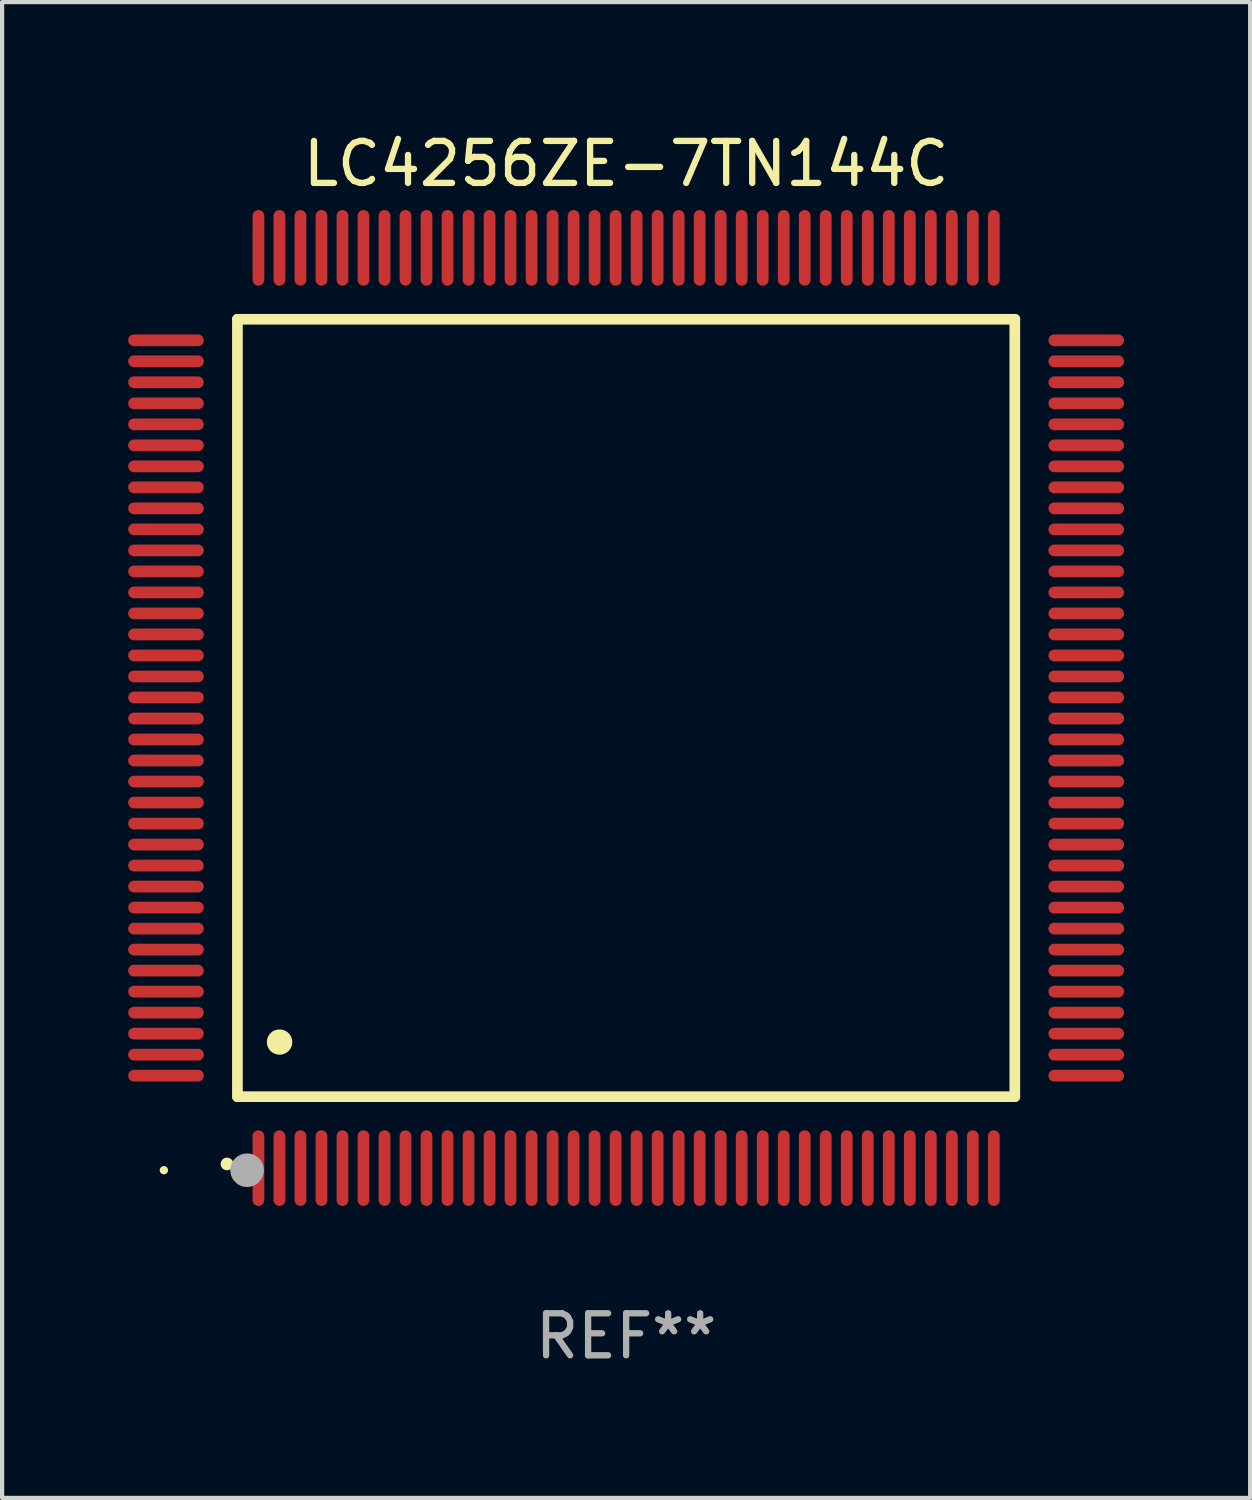
<source format=kicad_pcb>
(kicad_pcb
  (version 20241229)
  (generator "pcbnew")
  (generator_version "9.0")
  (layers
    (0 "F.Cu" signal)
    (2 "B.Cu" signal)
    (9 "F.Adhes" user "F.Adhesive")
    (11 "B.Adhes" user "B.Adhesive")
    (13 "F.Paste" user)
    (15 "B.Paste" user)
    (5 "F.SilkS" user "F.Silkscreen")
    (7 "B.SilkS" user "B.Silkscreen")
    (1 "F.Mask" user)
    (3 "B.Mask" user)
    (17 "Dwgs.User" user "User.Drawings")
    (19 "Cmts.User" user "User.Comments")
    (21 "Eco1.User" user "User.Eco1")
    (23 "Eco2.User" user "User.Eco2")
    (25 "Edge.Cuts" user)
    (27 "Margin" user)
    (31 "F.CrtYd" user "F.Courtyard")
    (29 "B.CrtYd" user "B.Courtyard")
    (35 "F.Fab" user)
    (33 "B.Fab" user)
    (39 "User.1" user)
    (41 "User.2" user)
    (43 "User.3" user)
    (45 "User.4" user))
  (footprint "LC4256ZE-7TN144C"
    (layer "F.Cu")
    (at 11.85 13.798)
    (property "Reference" "LC4256ZE-7TN144C" (at 0 -12.95 0) (layer "F.SilkS") (effects (font (size 1 1) (thickness 0.15))))
    (attr through_hole)
    (fp_line (start -9.25 -9.25) (end -9.25 9.25) (stroke (width 0.254) (type solid)) (layer "F.SilkS"))
    (fp_line (start -9.25 9.25) (end 9.25 9.25) (stroke (width 0.254) (type solid)) (layer "F.SilkS"))
    (fp_line (start 9.25 -9.25) (end -9.25 -9.25) (stroke (width 0.254) (type solid)) (layer "F.SilkS"))
    (fp_line (start 9.25 9.25) (end 9.25 -9.25) (stroke (width 0.254) (type solid)) (layer "F.SilkS"))
    (fp_arc (start -9.499619 10.850902) (mid -9.498349 10.850897) (end -9.497079 10.850902) (stroke (width 0.3) (type solid)) (layer "F.SilkS"))
    (fp_arc (start -8.249936 7.950216) (mid -8.247396 7.950205) (end -8.244856 7.950216) (stroke (width 0.6) (type solid)) (layer "F.SilkS"))
    (fp_circle (center -11 11) (end -10.95 11) (stroke (width 0.1) (type solid)) (fill no) (layer "F.SilkS"))
    (fp_circle (center -9.02 11) (end -8.82 11) (stroke (width 0.4) (type solid)) (fill no) (layer "F.Fab"))
    (fp_text user "REF**" (at 0 14.95 0) (layer "F.Fab") (effects (font (size 1 1) (thickness 0.15))))
    (pad "1" smd oval (at -8.75 10.95) (size 0.28 1.8) (layers "F.Cu" "F.Mask" "F.Paste"))
    (pad "2" smd oval (at -8.25 10.95) (size 0.28 1.8) (layers "F.Cu" "F.Mask" "F.Paste"))
    (pad "3" smd oval (at -7.75 10.95) (size 0.28 1.8) (layers "F.Cu" "F.Mask" "F.Paste"))
    (pad "4" smd oval (at -7.25 10.95) (size 0.28 1.8) (layers "F.Cu" "F.Mask" "F.Paste"))
    (pad "5" smd oval (at -6.75 10.95) (size 0.28 1.8) (layers "F.Cu" "F.Mask" "F.Paste"))
    (pad "6" smd oval (at -6.25 10.95) (size 0.28 1.8) (layers "F.Cu" "F.Mask" "F.Paste"))
    (pad "7" smd oval (at -5.75 10.95) (size 0.28 1.8) (layers "F.Cu" "F.Mask" "F.Paste"))
    (pad "8" smd oval (at -5.25 10.95) (size 0.28 1.8) (layers "F.Cu" "F.Mask" "F.Paste"))
    (pad "9" smd oval (at -4.75 10.95) (size 0.28 1.8) (layers "F.Cu" "F.Mask" "F.Paste"))
    (pad "10" smd oval (at -4.25 10.95) (size 0.28 1.8) (layers "F.Cu" "F.Mask" "F.Paste"))
    (pad "11" smd oval (at -3.75 10.95) (size 0.28 1.8) (layers "F.Cu" "F.Mask" "F.Paste"))
    (pad "12" smd oval (at -3.25 10.95) (size 0.28 1.8) (layers "F.Cu" "F.Mask" "F.Paste"))
    (pad "13" smd oval (at -2.75 10.95) (size 0.28 1.8) (layers "F.Cu" "F.Mask" "F.Paste"))
    (pad "14" smd oval (at -2.25 10.95) (size 0.28 1.8) (layers "F.Cu" "F.Mask" "F.Paste"))
    (pad "15" smd oval (at -1.75 10.95) (size 0.28 1.8) (layers "F.Cu" "F.Mask" "F.Paste"))
    (pad "16" smd oval (at -1.25 10.95) (size 0.28 1.8) (layers "F.Cu" "F.Mask" "F.Paste"))
    (pad "17" smd oval (at -0.75 10.95) (size 0.28 1.8) (layers "F.Cu" "F.Mask" "F.Paste"))
    (pad "18" smd oval (at -0.25 10.95) (size 0.28 1.8) (layers "F.Cu" "F.Mask" "F.Paste"))
    (pad "19" smd oval (at 0.25 10.95) (size 0.28 1.8) (layers "F.Cu" "F.Mask" "F.Paste"))
    (pad "20" smd oval (at 0.75 10.95) (size 0.28 1.8) (layers "F.Cu" "F.Mask" "F.Paste"))
    (pad "21" smd oval (at 1.25 10.95) (size 0.28 1.8) (layers "F.Cu" "F.Mask" "F.Paste"))
    (pad "22" smd oval (at 1.75 10.95) (size 0.28 1.8) (layers "F.Cu" "F.Mask" "F.Paste"))
    (pad "23" smd oval (at 2.25 10.95) (size 0.28 1.8) (layers "F.Cu" "F.Mask" "F.Paste"))
    (pad "24" smd oval (at 2.75 10.95) (size 0.28 1.8) (layers "F.Cu" "F.Mask" "F.Paste"))
    (pad "25" smd oval (at 3.25 10.95) (size 0.28 1.8) (layers "F.Cu" "F.Mask" "F.Paste"))
    (pad "26" smd oval (at 3.75 10.95) (size 0.28 1.8) (layers "F.Cu" "F.Mask" "F.Paste"))
    (pad "27" smd oval (at 4.25 10.95) (size 0.28 1.8) (layers "F.Cu" "F.Mask" "F.Paste"))
    (pad "28" smd oval (at 4.75 10.95) (size 0.28 1.8) (layers "F.Cu" "F.Mask" "F.Paste"))
    (pad "29" smd oval (at 5.25 10.95) (size 0.28 1.8) (layers "F.Cu" "F.Mask" "F.Paste"))
    (pad "30" smd oval (at 5.75 10.95) (size 0.28 1.8) (layers "F.Cu" "F.Mask" "F.Paste"))
    (pad "31" smd oval (at 6.25 10.95) (size 0.28 1.8) (layers "F.Cu" "F.Mask" "F.Paste"))
    (pad "32" smd oval (at 6.75 10.95) (size 0.28 1.8) (layers "F.Cu" "F.Mask" "F.Paste"))
    (pad "33" smd oval (at 7.25 10.95) (size 0.28 1.8) (layers "F.Cu" "F.Mask" "F.Paste"))
    (pad "34" smd oval (at 7.75 10.95) (size 0.28 1.8) (layers "F.Cu" "F.Mask" "F.Paste"))
    (pad "35" smd oval (at 8.25 10.95) (size 0.28 1.8) (layers "F.Cu" "F.Mask" "F.Paste"))
    (pad "36" smd oval (at 8.75 10.95) (size 0.28 1.8) (layers "F.Cu" "F.Mask" "F.Paste"))
    (pad "37" smd oval (at 10.95 8.75) (size 1.8 0.28) (layers "F.Cu" "F.Mask" "F.Paste"))
    (pad "38" smd oval (at 10.95 8.25) (size 1.8 0.28) (layers "F.Cu" "F.Mask" "F.Paste"))
    (pad "39" smd oval (at 10.95 7.75) (size 1.8 0.28) (layers "F.Cu" "F.Mask" "F.Paste"))
    (pad "40" smd oval (at 10.95 7.25) (size 1.8 0.28) (layers "F.Cu" "F.Mask" "F.Paste"))
    (pad "41" smd oval (at 10.95 6.75) (size 1.8 0.28) (layers "F.Cu" "F.Mask" "F.Paste"))
    (pad "42" smd oval (at 10.95 6.25) (size 1.8 0.28) (layers "F.Cu" "F.Mask" "F.Paste"))
    (pad "43" smd oval (at 10.95 5.75) (size 1.8 0.28) (layers "F.Cu" "F.Mask" "F.Paste"))
    (pad "44" smd oval (at 10.95 5.25) (size 1.8 0.28) (layers "F.Cu" "F.Mask" "F.Paste"))
    (pad "45" smd oval (at 10.95 4.75) (size 1.8 0.28) (layers "F.Cu" "F.Mask" "F.Paste"))
    (pad "46" smd oval (at 10.95 4.25) (size 1.8 0.28) (layers "F.Cu" "F.Mask" "F.Paste"))
    (pad "47" smd oval (at 10.95 3.75) (size 1.8 0.28) (layers "F.Cu" "F.Mask" "F.Paste"))
    (pad "48" smd oval (at 10.95 3.25) (size 1.8 0.28) (layers "F.Cu" "F.Mask" "F.Paste"))
    (pad "49" smd oval (at 10.95 2.75) (size 1.8 0.28) (layers "F.Cu" "F.Mask" "F.Paste"))
    (pad "50" smd oval (at 10.95 2.25) (size 1.8 0.28) (layers "F.Cu" "F.Mask" "F.Paste"))
    (pad "51" smd oval (at 10.95 1.75) (size 1.8 0.28) (layers "F.Cu" "F.Mask" "F.Paste"))
    (pad "52" smd oval (at 10.95 1.25) (size 1.8 0.28) (layers "F.Cu" "F.Mask" "F.Paste"))
    (pad "53" smd oval (at 10.95 0.75) (size 1.8 0.28) (layers "F.Cu" "F.Mask" "F.Paste"))
    (pad "54" smd oval (at 10.95 0.25) (size 1.8 0.28) (layers "F.Cu" "F.Mask" "F.Paste"))
    (pad "55" smd oval (at 10.95 -0.25) (size 1.8 0.28) (layers "F.Cu" "F.Mask" "F.Paste"))
    (pad "56" smd oval (at 10.95 -0.75) (size 1.8 0.28) (layers "F.Cu" "F.Mask" "F.Paste"))
    (pad "57" smd oval (at 10.95 -1.25) (size 1.8 0.28) (layers "F.Cu" "F.Mask" "F.Paste"))
    (pad "58" smd oval (at 10.95 -1.75) (size 1.8 0.28) (layers "F.Cu" "F.Mask" "F.Paste"))
    (pad "59" smd oval (at 10.95 -2.25) (size 1.8 0.28) (layers "F.Cu" "F.Mask" "F.Paste"))
    (pad "60" smd oval (at 10.95 -2.75) (size 1.8 0.28) (layers "F.Cu" "F.Mask" "F.Paste"))
    (pad "61" smd oval (at 10.95 -3.25) (size 1.8 0.28) (layers "F.Cu" "F.Mask" "F.Paste"))
    (pad "62" smd oval (at 10.95 -3.75) (size 1.8 0.28) (layers "F.Cu" "F.Mask" "F.Paste"))
    (pad "63" smd oval (at 10.95 -4.25) (size 1.8 0.28) (layers "F.Cu" "F.Mask" "F.Paste"))
    (pad "64" smd oval (at 10.95 -4.75) (size 1.8 0.28) (layers "F.Cu" "F.Mask" "F.Paste"))
    (pad "65" smd oval (at 10.95 -5.25) (size 1.8 0.28) (layers "F.Cu" "F.Mask" "F.Paste"))
    (pad "66" smd oval (at 10.95 -5.75) (size 1.8 0.28) (layers "F.Cu" "F.Mask" "F.Paste"))
    (pad "67" smd oval (at 10.95 -6.25) (size 1.8 0.28) (layers "F.Cu" "F.Mask" "F.Paste"))
    (pad "68" smd oval (at 10.95 -6.75) (size 1.8 0.28) (layers "F.Cu" "F.Mask" "F.Paste"))
    (pad "69" smd oval (at 10.95 -7.25) (size 1.8 0.28) (layers "F.Cu" "F.Mask" "F.Paste"))
    (pad "70" smd oval (at 10.95 -7.75) (size 1.8 0.28) (layers "F.Cu" "F.Mask" "F.Paste"))
    (pad "71" smd oval (at 10.95 -8.25) (size 1.8 0.28) (layers "F.Cu" "F.Mask" "F.Paste"))
    (pad "72" smd oval (at 10.95 -8.75) (size 1.8 0.28) (layers "F.Cu" "F.Mask" "F.Paste"))
    (pad "73" smd oval (at 8.75 -10.95) (size 0.28 1.8) (layers "F.Cu" "F.Mask" "F.Paste"))
    (pad "74" smd oval (at 8.25 -10.95) (size 0.28 1.8) (layers "F.Cu" "F.Mask" "F.Paste"))
    (pad "75" smd oval (at 7.75 -10.95) (size 0.28 1.8) (layers "F.Cu" "F.Mask" "F.Paste"))
    (pad "76" smd oval (at 7.25 -10.95) (size 0.28 1.8) (layers "F.Cu" "F.Mask" "F.Paste"))
    (pad "77" smd oval (at 6.75 -10.95) (size 0.28 1.8) (layers "F.Cu" "F.Mask" "F.Paste"))
    (pad "78" smd oval (at 6.25 -10.95) (size 0.28 1.8) (layers "F.Cu" "F.Mask" "F.Paste"))
    (pad "79" smd oval (at 5.75 -10.95) (size 0.28 1.8) (layers "F.Cu" "F.Mask" "F.Paste"))
    (pad "80" smd oval (at 5.25 -10.95) (size 0.28 1.8) (layers "F.Cu" "F.Mask" "F.Paste"))
    (pad "81" smd oval (at 4.75 -10.95) (size 0.28 1.8) (layers "F.Cu" "F.Mask" "F.Paste"))
    (pad "82" smd oval (at 4.25 -10.95) (size 0.28 1.8) (layers "F.Cu" "F.Mask" "F.Paste"))
    (pad "83" smd oval (at 3.75 -10.95) (size 0.28 1.8) (layers "F.Cu" "F.Mask" "F.Paste"))
    (pad "84" smd oval (at 3.25 -10.95) (size 0.28 1.8) (layers "F.Cu" "F.Mask" "F.Paste"))
    (pad "85" smd oval (at 2.75 -10.95) (size 0.28 1.8) (layers "F.Cu" "F.Mask" "F.Paste"))
    (pad "86" smd oval (at 2.25 -10.95) (size 0.28 1.8) (layers "F.Cu" "F.Mask" "F.Paste"))
    (pad "87" smd oval (at 1.75 -10.95) (size 0.28 1.8) (layers "F.Cu" "F.Mask" "F.Paste"))
    (pad "88" smd oval (at 1.25 -10.95) (size 0.28 1.8) (layers "F.Cu" "F.Mask" "F.Paste"))
    (pad "89" smd oval (at 0.75 -10.95) (size 0.28 1.8) (layers "F.Cu" "F.Mask" "F.Paste"))
    (pad "90" smd oval (at 0.25 -10.95) (size 0.28 1.8) (layers "F.Cu" "F.Mask" "F.Paste"))
    (pad "91" smd oval (at -0.25 -10.95) (size 0.28 1.8) (layers "F.Cu" "F.Mask" "F.Paste"))
    (pad "92" smd oval (at -0.75 -10.95) (size 0.28 1.8) (layers "F.Cu" "F.Mask" "F.Paste"))
    (pad "93" smd oval (at -1.25 -10.95) (size 0.28 1.8) (layers "F.Cu" "F.Mask" "F.Paste"))
    (pad "94" smd oval (at -1.75 -10.95) (size 0.28 1.8) (layers "F.Cu" "F.Mask" "F.Paste"))
    (pad "95" smd oval (at -2.25 -10.95) (size 0.28 1.8) (layers "F.Cu" "F.Mask" "F.Paste"))
    (pad "96" smd oval (at -2.75 -10.95) (size 0.28 1.8) (layers "F.Cu" "F.Mask" "F.Paste"))
    (pad "97" smd oval (at -3.25 -10.95) (size 0.28 1.8) (layers "F.Cu" "F.Mask" "F.Paste"))
    (pad "98" smd oval (at -3.75 -10.95) (size 0.28 1.8) (layers "F.Cu" "F.Mask" "F.Paste"))
    (pad "99" smd oval (at -4.25 -10.95) (size 0.28 1.8) (layers "F.Cu" "F.Mask" "F.Paste"))
    (pad "100" smd oval (at -4.75 -10.95) (size 0.28 1.8) (layers "F.Cu" "F.Mask" "F.Paste"))
    (pad "101" smd oval (at -5.25 -10.95) (size 0.28 1.8) (layers "F.Cu" "F.Mask" "F.Paste"))
    (pad "102" smd oval (at -5.75 -10.95) (size 0.28 1.8) (layers "F.Cu" "F.Mask" "F.Paste"))
    (pad "103" smd oval (at -6.25 -10.95) (size 0.28 1.8) (layers "F.Cu" "F.Mask" "F.Paste"))
    (pad "104" smd oval (at -6.75 -10.95) (size 0.28 1.8) (layers "F.Cu" "F.Mask" "F.Paste"))
    (pad "105" smd oval (at -7.25 -10.95) (size 0.28 1.8) (layers "F.Cu" "F.Mask" "F.Paste"))
    (pad "106" smd oval (at -7.75 -10.95) (size 0.28 1.8) (layers "F.Cu" "F.Mask" "F.Paste"))
    (pad "107" smd oval (at -8.25 -10.95) (size 0.28 1.8) (layers "F.Cu" "F.Mask" "F.Paste"))
    (pad "108" smd oval (at -8.75 -10.95) (size 0.28 1.8) (layers "F.Cu" "F.Mask" "F.Paste"))
    (pad "109" smd oval (at -10.95 -8.75) (size 1.8 0.28) (layers "F.Cu" "F.Mask" "F.Paste"))
    (pad "110" smd oval (at -10.95 -8.25) (size 1.8 0.28) (layers "F.Cu" "F.Mask" "F.Paste"))
    (pad "111" smd oval (at -10.95 -7.75) (size 1.8 0.28) (layers "F.Cu" "F.Mask" "F.Paste"))
    (pad "112" smd oval (at -10.95 -7.25) (size 1.8 0.28) (layers "F.Cu" "F.Mask" "F.Paste"))
    (pad "113" smd oval (at -10.95 -6.75) (size 1.8 0.28) (layers "F.Cu" "F.Mask" "F.Paste"))
    (pad "114" smd oval (at -10.95 -6.25) (size 1.8 0.28) (layers "F.Cu" "F.Mask" "F.Paste"))
    (pad "115" smd oval (at -10.95 -5.75) (size 1.8 0.28) (layers "F.Cu" "F.Mask" "F.Paste"))
    (pad "116" smd oval (at -10.95 -5.25) (size 1.8 0.28) (layers "F.Cu" "F.Mask" "F.Paste"))
    (pad "117" smd oval (at -10.95 -4.75) (size 1.8 0.28) (layers "F.Cu" "F.Mask" "F.Paste"))
    (pad "118" smd oval (at -10.95 -4.25) (size 1.8 0.28) (layers "F.Cu" "F.Mask" "F.Paste"))
    (pad "119" smd oval (at -10.95 -3.75) (size 1.8 0.28) (layers "F.Cu" "F.Mask" "F.Paste"))
    (pad "120" smd oval (at -10.95 -3.25) (size 1.8 0.28) (layers "F.Cu" "F.Mask" "F.Paste"))
    (pad "121" smd oval (at -10.95 -2.75) (size 1.8 0.28) (layers "F.Cu" "F.Mask" "F.Paste"))
    (pad "122" smd oval (at -10.95 -2.25) (size 1.8 0.28) (layers "F.Cu" "F.Mask" "F.Paste"))
    (pad "123" smd oval (at -10.95 -1.75) (size 1.8 0.28) (layers "F.Cu" "F.Mask" "F.Paste"))
    (pad "124" smd oval (at -10.95 -1.25) (size 1.8 0.28) (layers "F.Cu" "F.Mask" "F.Paste"))
    (pad "125" smd oval (at -10.95 -0.75) (size 1.8 0.28) (layers "F.Cu" "F.Mask" "F.Paste"))
    (pad "126" smd oval (at -10.95 -0.25) (size 1.8 0.28) (layers "F.Cu" "F.Mask" "F.Paste"))
    (pad "127" smd oval (at -10.95 0.25) (size 1.8 0.28) (layers "F.Cu" "F.Mask" "F.Paste"))
    (pad "128" smd oval (at -10.95 0.75) (size 1.8 0.28) (layers "F.Cu" "F.Mask" "F.Paste"))
    (pad "129" smd oval (at -10.95 1.25) (size 1.8 0.28) (layers "F.Cu" "F.Mask" "F.Paste"))
    (pad "130" smd oval (at -10.95 1.75) (size 1.8 0.28) (layers "F.Cu" "F.Mask" "F.Paste"))
    (pad "131" smd oval (at -10.95 2.25) (size 1.8 0.28) (layers "F.Cu" "F.Mask" "F.Paste"))
    (pad "132" smd oval (at -10.95 2.75) (size 1.8 0.28) (layers "F.Cu" "F.Mask" "F.Paste"))
    (pad "133" smd oval (at -10.95 3.25) (size 1.8 0.28) (layers "F.Cu" "F.Mask" "F.Paste"))
    (pad "134" smd oval (at -10.95 3.75) (size 1.8 0.28) (layers "F.Cu" "F.Mask" "F.Paste"))
    (pad "135" smd oval (at -10.95 4.25) (size 1.8 0.28) (layers "F.Cu" "F.Mask" "F.Paste"))
    (pad "136" smd oval (at -10.95 4.75) (size 1.8 0.28) (layers "F.Cu" "F.Mask" "F.Paste"))
    (pad "137" smd oval (at -10.95 5.25) (size 1.8 0.28) (layers "F.Cu" "F.Mask" "F.Paste"))
    (pad "138" smd oval (at -10.95 5.75) (size 1.8 0.28) (layers "F.Cu" "F.Mask" "F.Paste"))
    (pad "139" smd oval (at -10.95 6.25) (size 1.8 0.28) (layers "F.Cu" "F.Mask" "F.Paste"))
    (pad "140" smd oval (at -10.95 6.75) (size 1.8 0.28) (layers "F.Cu" "F.Mask" "F.Paste"))
    (pad "141" smd oval (at -10.95 7.25) (size 1.8 0.28) (layers "F.Cu" "F.Mask" "F.Paste"))
    (pad "142" smd oval (at -10.95 7.75) (size 1.8 0.28) (layers "F.Cu" "F.Mask" "F.Paste"))
    (pad "143" smd oval (at -10.95 8.25) (size 1.8 0.28) (layers "F.Cu" "F.Mask" "F.Paste"))
    (pad "144" smd oval (at -10.95 8.75) (size 1.8 0.28) (layers "F.Cu" "F.Mask" "F.Paste")))
  (gr_rect
    (start -3 -3)
    (end 26.7 32.596)
    (stroke (width 0.1) (type default))
    (fill no)
    (layer "Edge.Cuts")))
</source>
